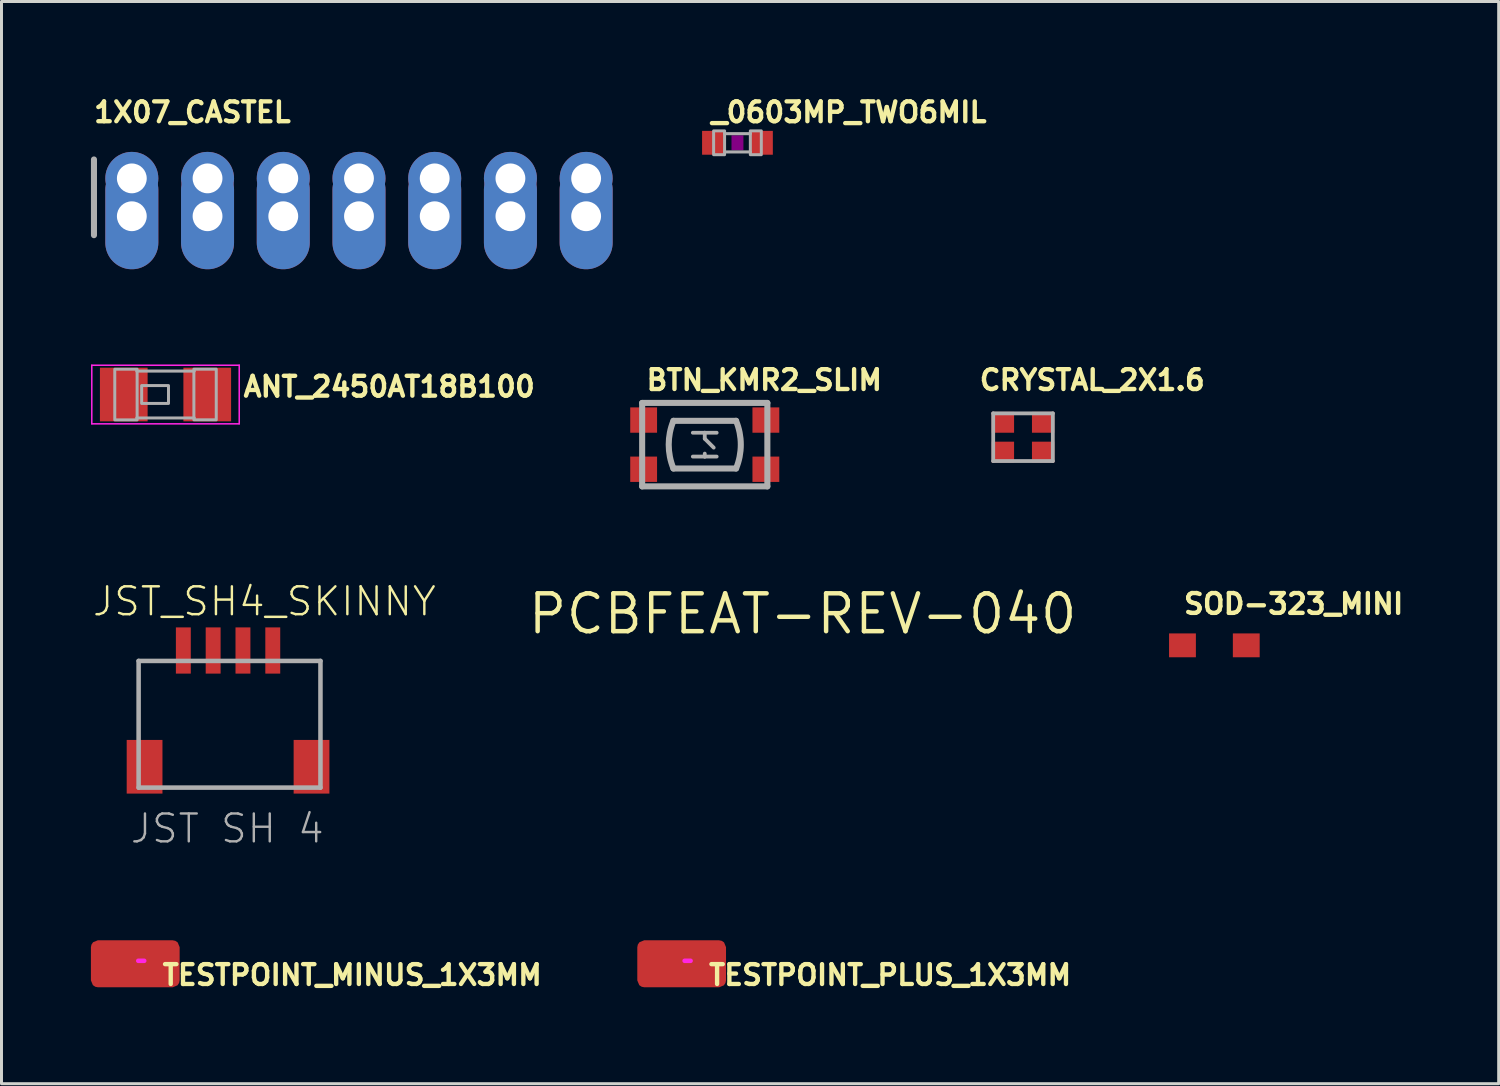
<source format=kicad_pcb>
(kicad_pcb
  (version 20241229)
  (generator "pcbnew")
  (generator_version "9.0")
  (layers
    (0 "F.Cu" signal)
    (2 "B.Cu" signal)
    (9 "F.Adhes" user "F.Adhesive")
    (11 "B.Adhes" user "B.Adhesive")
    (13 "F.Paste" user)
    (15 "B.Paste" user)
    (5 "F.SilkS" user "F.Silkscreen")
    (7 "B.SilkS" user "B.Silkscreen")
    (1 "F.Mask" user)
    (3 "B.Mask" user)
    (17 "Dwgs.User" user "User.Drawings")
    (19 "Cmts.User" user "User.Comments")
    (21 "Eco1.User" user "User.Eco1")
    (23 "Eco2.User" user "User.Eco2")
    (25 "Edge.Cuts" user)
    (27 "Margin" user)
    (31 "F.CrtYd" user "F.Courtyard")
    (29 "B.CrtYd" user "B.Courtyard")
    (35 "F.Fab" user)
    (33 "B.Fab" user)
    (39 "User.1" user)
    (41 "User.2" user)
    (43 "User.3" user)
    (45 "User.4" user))
  (footprint "CRYSTAL_2X1.6"
    (layer "F.Cu")
    (at 31.267 11.616)
    (property "Reference" "CRYSTAL_2X1.6" (at -1.532 -1.528 0) (layer "F.SilkS") (effects (font (size 0.666 0.666) (thickness 0.146)) (justify left bottom)))
    (fp_line (start -1.25 -1.05) (end 1.25 -1.05) (stroke (width 0.127) (type solid)) (layer "B.Paste"))
    (fp_line (start -1.25 1.05) (end -1.25 -1.05) (stroke (width 0.127) (type solid)) (layer "B.Paste"))
    (fp_line (start 1.25 -1.05) (end 1.25 1.05) (stroke (width 0.127) (type solid)) (layer "B.Paste"))
    (fp_line (start 1.25 1.05) (end -1.25 1.05) (stroke (width 0.127) (type solid)) (layer "B.Paste"))
    (fp_line (start -1 -0.8) (end 1 -0.8) (stroke (width 0.127) (type solid)) (layer "F.Fab"))
    (fp_line (start -1 0.8) (end -1 -0.8) (stroke (width 0.127) (type solid)) (layer "F.Fab"))
    (fp_line (start 1 -0.8) (end 1 0.8) (stroke (width 0.127) (type solid)) (layer "F.Fab"))
    (fp_line (start 1 0.8) (end -1 0.8) (stroke (width 0.127) (type solid)) (layer "F.Fab"))
    (pad "1" smd rect (at -0.675 0.5) (size 0.75 0.7) (layers "F.Cu" "F.Mask" "F.Paste"))
    (pad "2" smd rect (at 0.675 0.5) (size 0.75 0.7) (layers "F.Cu" "F.Mask" "F.Paste"))
    (pad "3" smd rect (at 0.675 -0.5) (size 0.75 0.7) (layers "F.Cu" "F.Mask" "F.Paste"))
    (pad "4" smd rect (at -0.675 -0.5) (size 0.75 0.7) (layers "F.Cu" "F.Mask" "F.Paste")))
  (footprint "TESTPOINT_MINUS_1X3MM"
    (layer "F.Cu")
    (at 1.488 29.28)
    (property "Reference" "TESTPOINT_MINUS_1X3MM" (at 0.839 0.377 0) (layer "F.SilkS") (effects (font (size 0.666 0.666) (thickness 0.146)) (justify left)))
    (fp_poly (pts (xy 1.254 -0.788) (xy 1.341 -0.771) (xy 1.422 -0.717) (xy 1.488 -0.558) (xy 1.488 0.554) (xy 1.471 0.641) (xy 1.417 0.722) (xy 1.258 0.788) (xy -1.254 0.788) (xy -1.341 0.771) (xy -1.422 0.717) (xy -1.488 0.558) (xy -1.488 -0.554) (xy -1.471 -0.641) (xy -1.417 -0.722) (xy -1.258 -0.788)) (stroke (width 0) (type default)) (fill yes) (layer "F.Cu"))
    (fp_poly (pts (xy 1.341 -0.771) (xy 1.422 -0.717) (xy 1.488 -0.558) (xy 1.488 0.554) (xy 1.471 0.641) (xy 1.417 0.722) (xy 1.258 0.788) (xy -1.254 0.788) (xy -1.341 0.771) (xy -1.422 0.717) (xy -1.488 0.558) (xy -1.488 -0.554) (xy -1.471 -0.641) (xy -1.417 -0.722) (xy -1.258 -0.788) (xy 1.254 -0.788)) (stroke (width 0) (type default)) (fill yes) (layer "F.Mask"))
    (fp_line (start 0.3 -0.1) (end 0.1 -0.1) (stroke (width 0.152) (type solid)) (layer "F.CrtYd"))
    (pad "P$1" smd roundrect (at 0.8 0.05) (size 0.5 0.5) (layers "F.Cu" "F.Mask") (roundrect_rratio 0.125)))
  (footprint "SOD-323_MINI"
    (layer "F.Cu")
    (at 37.686 18.598)
    (property "Reference" "SOD-323_MINI" (at -1.1 -1 0) (layer "F.SilkS") (effects (font (size 0.666 0.666) (thickness 0.146)) (justify left bottom)))
    (fp_line (start -1 -0.7) (end 1 -0.7) (stroke (width 0.203) (type solid)) (layer "B.Paste"))
    (fp_line (start -0.25 0) (end 0.35 -0.4) (stroke (width 0.203) (type solid)) (layer "B.Paste"))
    (fp_line (start 0.35 -0.4) (end 0.35 0.4) (stroke (width 0.203) (type solid)) (layer "B.Paste"))
    (fp_line (start 0.35 0.4) (end -0.25 0) (stroke (width 0.203) (type solid)) (layer "B.Paste"))
    (fp_line (start 1 0.7) (end -1 0.7) (stroke (width 0.203) (type solid)) (layer "B.Paste"))
    (fp_poly (pts (xy 0.302 0.39) (xy -0.283 0) (xy 0.302 -0.39)) (stroke (width 0) (type default)) (fill yes) (layer "B.Paste"))
    (fp_poly (pts (xy -0.45 0.5) (xy -0.25 0.5) (xy -0.25 -0.5) (xy -0.45 -0.5)) (stroke (width 0) (type default)) (fill yes) (layer "B.Paste"))
    (pad "A" smd rect (at 1.07 0) (size 0.9 0.8) (layers "F.Cu" "F.Mask" "F.Paste"))
    (pad "C" smd rect (at -1.07 0) (size 0.9 0.8) (layers "F.Cu" "F.Mask" "F.Paste")))
  (footprint "TESTPOINT_PLUS_1X3MM"
    (layer "F.Cu")
    (at 19.816 29.28)
    (property "Reference" "TESTPOINT_PLUS_1X3MM" (at 0.839 0.377 0) (layer "F.SilkS") (effects (font (size 0.666 0.666) (thickness 0.146)) (justify left)))
    (fp_poly (pts (xy 1.254 -0.788) (xy 1.341 -0.771) (xy 1.422 -0.717) (xy 1.488 -0.558) (xy 1.488 0.554) (xy 1.471 0.641) (xy 1.417 0.722) (xy 1.258 0.788) (xy -1.254 0.788) (xy -1.341 0.771) (xy -1.422 0.717) (xy -1.488 0.558) (xy -1.488 -0.554) (xy -1.471 -0.641) (xy -1.417 -0.722) (xy -1.258 -0.788)) (stroke (width 0) (type default)) (fill yes) (layer "F.Cu"))
    (fp_poly (pts (xy 1.341 -0.771) (xy 1.422 -0.717) (xy 1.488 -0.558) (xy 1.488 0.554) (xy 1.471 0.641) (xy 1.417 0.722) (xy 1.258 0.788) (xy -1.254 0.788) (xy -1.341 0.771) (xy -1.422 0.717) (xy -1.488 0.558) (xy -1.488 -0.554) (xy -1.471 -0.641) (xy -1.417 -0.722) (xy -1.258 -0.788) (xy 1.254 -0.788)) (stroke (width 0) (type default)) (fill yes) (layer "F.Mask"))
    (fp_line (start 0.3 -0.1) (end 0.1 -0.1) (stroke (width 0.152) (type solid)) (layer "F.CrtYd"))
    (pad "P$1" smd roundrect (at 0.8 0.05) (size 0.5 0.5) (layers "F.Cu" "F.Mask") (roundrect_rratio 0.125)))
  (footprint "PCBFEAT-REV-040"
    (layer "F.Cu")
    (at 23.875 17.543)
    (property "Reference" "PCBFEAT-REV-040" (at 0 0 0) (layer "F.SilkS") (effects (font (size 1.27 1.27) (thickness 0.15))))
    (fp_circle (center 0 0) (end 0.898 0) (stroke (width 0.305) (type solid)) (fill no) (layer "B.Paste"))
    (fp_text user "${REV}" (at -0.356 0.508 0) (layer "B.Paste") (effects (font (size 0.813 0.813) (thickness 0.203)) (justify left bottom))))
  (footprint "ANT_2450AT18B100"
    (layer "F.Cu")
    (at 2.502 10.184)
    (property "Reference" "ANT_2450AT18B100" (at 2.54 0.127 0) (layer "F.SilkS") (effects (font (size 0.666 0.666) (thickness 0.146)) (justify left bottom)))
    (fp_line (start -2.4 -1.1) (end 2.4 -1.1) (stroke (width 0.203) (type solid)) (layer "B.Paste"))
    (fp_line (start -2.4 1.1) (end -2.4 -1.1) (stroke (width 0.203) (type solid)) (layer "B.Paste"))
    (fp_line (start 2.4 -1.1) (end 2.4 1.1) (stroke (width 0.203) (type solid)) (layer "B.Paste"))
    (fp_line (start 2.4 1.1) (end -2.4 1.1) (stroke (width 0.203) (type solid)) (layer "B.Paste"))
    (fp_line (start -2.473 -0.983) (end 2.473 -0.983) (stroke (width 0.051) (type solid)) (layer "F.CrtYd"))
    (fp_line (start -2.473 0.983) (end -2.473 -0.983) (stroke (width 0.051) (type solid)) (layer "F.CrtYd"))
    (fp_line (start 2.473 -0.983) (end 2.473 0.983) (stroke (width 0.051) (type solid)) (layer "F.CrtYd"))
    (fp_line (start 2.473 0.983) (end -2.473 0.983) (stroke (width 0.051) (type solid)) (layer "F.CrtYd"))
    (fp_line (start -0.965 -0.787) (end 0.965 -0.787) (stroke (width 0.102) (type solid)) (layer "F.Fab"))
    (fp_line (start -0.965 0.787) (end 0.965 0.787) (stroke (width 0.102) (type solid)) (layer "F.Fab"))
    (fp_poly (pts (xy -1.702 0.851) (xy -0.952 0.851) (xy -0.952 -0.849) (xy -1.702 -0.849)) (stroke (width 0.1) (type default)) (fill no) (layer "F.Fab"))
    (fp_poly (pts (xy -0.8 0.3) (xy 0.1 0.3) (xy 0.1 -0.3) (xy -0.8 -0.3)) (stroke (width 0.1) (type default)) (fill no) (layer "F.Fab"))
    (fp_poly (pts (xy 0.952 0.849) (xy 1.702 0.849) (xy 1.702 -0.851) (xy 0.952 -0.851)) (stroke (width 0.1) (type default)) (fill no) (layer "F.Fab"))
    (pad "FP" smd rect (at -1.4 0) (size 1.6 1.8) (layers "F.Cu" "F.Mask" "F.Paste"))
    (pad "NC" smd rect (at 1.4 0) (size 1.6 1.8) (layers "F.Cu" "F.Mask" "F.Paste")))
  (footprint "BTN_KMR2_SLIM"
    (layer "F.Cu")
    (at 20.591 11.866)
    (property "Reference" "BTN_KMR2_SLIM" (at -2.032 -1.778 0) (layer "F.SilkS") (effects (font (size 0.666 0.666) (thickness 0.146)) (justify left bottom)))
    (fp_line (start -2.1 -1.525) (end 2.1 -1.525) (stroke (width 0.203) (type solid)) (layer "B.Paste"))
    (fp_line (start 2.1 1.525) (end -2.1 1.525) (stroke (width 0.203) (type solid)) (layer "B.Paste"))
    (fp_line (start -2.1 -1.4) (end 2.1 -1.4) (stroke (width 0.203) (type solid)) (layer "F.Fab"))
    (fp_line (start -2.1 1.4) (end -2.1 -1.4) (stroke (width 0.203) (type solid)) (layer "F.Fab"))
    (fp_line (start -1.05 -0.8) (end 1.05 -0.8) (stroke (width 0.203) (type solid)) (layer "F.Fab"))
    (fp_line (start -0.4 -0.4) (end 0 -0.4) (stroke (width 0.127) (type solid)) (layer "F.Fab"))
    (fp_line (start -0.4 0.4) (end 0 0.4) (stroke (width 0.127) (type solid)) (layer "F.Fab"))
    (fp_line (start 0 -0.4) (end 0 -0.2) (stroke (width 0.127) (type solid)) (layer "F.Fab"))
    (fp_line (start 0 -0.4) (end 0.4 -0.4) (stroke (width 0.127) (type solid)) (layer "F.Fab"))
    (fp_line (start 0 -0.2) (end 0.3 0.1) (stroke (width 0.127) (type solid)) (layer "F.Fab"))
    (fp_line (start 0 0.4) (end 0 0.3) (stroke (width 0.127) (type solid)) (layer "F.Fab"))
    (fp_line (start 0 0.4) (end 0.4 0.4) (stroke (width 0.127) (type solid)) (layer "F.Fab"))
    (fp_line (start 1.05 0.8) (end -1.05 0.8) (stroke (width 0.203) (type solid)) (layer "F.Fab"))
    (fp_line (start 2.1 -1.4) (end 2.1 1.4) (stroke (width 0.203) (type solid)) (layer "F.Fab"))
    (fp_line (start 2.1 1.4) (end -2.1 1.4) (stroke (width 0.203) (type solid)) (layer "F.Fab"))
    (fp_arc (start -1.05 0.8) (mid -1.209128 0) (end -1.05 -0.799999) (stroke (width 0.2032) (type solid)) (layer "F.Fab"))
    (fp_arc (start 1.05 -0.8) (mid 1.209128 0) (end 1.05 0.799999) (stroke (width 0.2032) (type solid)) (layer "F.Fab"))
    (pad "A" smd rect (at 2.05 -0.825) (size 0.9 0.85) (layers "F.Cu" "F.Mask" "F.Paste"))
    (pad "A'" smd rect (at -2.05 -0.825) (size 0.9 0.85) (layers "F.Cu" "F.Mask" "F.Paste"))
    (pad "B" smd rect (at 2.05 0.825) (size 0.9 0.85) (layers "F.Cu" "F.Mask" "F.Paste"))
    (pad "B'" smd rect (at -2.05 0.825) (size 0.9 0.85) (layers "F.Cu" "F.Mask" "F.Paste")))
  (footprint "_0603MP_TWO6MIL"
    (layer "F.Cu")
    (at 21.688 1.74)
    (property "Reference" "_0603MP_TWO6MIL" (at -0.953 -0.635 0) (layer "F.SilkS") (effects (font (size 0.666 0.666) (thickness 0.146)) (justify left bottom)))
    (fp_poly (pts (xy -0.2 0.25) (xy 0.2 0.25) (xy 0.2 -0.25) (xy -0.2 -0.25)) (stroke (width 0) (type default)) (fill yes) (layer "F.Adhes"))
    (fp_line (start 0 -0.254) (end 0 0.254) (stroke (width 0.203) (type solid)) (layer "B.Paste"))
    (fp_line (start -0.432 0.306) (end 0.432 0.306) (stroke (width 0.102) (type solid)) (layer "F.Fab"))
    (fp_line (start 0.432 -0.306) (end -0.432 -0.306) (stroke (width 0.102) (type solid)) (layer "F.Fab"))
    (fp_poly (pts (xy -0.8 0.4) (xy -0.432 0.4) (xy -0.432 -0.4) (xy -0.8 -0.4)) (stroke (width 0.1) (type default)) (fill no) (layer "F.Fab"))
    (fp_poly (pts (xy 0.432 0.4) (xy 0.8 0.4) (xy 0.8 -0.4) (xy 0.432 -0.4)) (stroke (width 0.1) (type default)) (fill no) (layer "F.Fab"))
    (pad "1" smd rect (at -0.787 0) (size 0.8 0.8) (layers "F.Cu" "F.Mask" "F.Paste"))
    (pad "2" smd rect (at 0.787 0) (size 0.8 0.8) (layers "F.Cu" "F.Mask" "F.Paste")))
  (footprint "1X07_CASTEL"
    (layer "F.Cu")
    (at 8.992 2.934)
    (property "Reference" "1X07_CASTEL" (at -8.966 -1.829 0) (layer "F.SilkS") (effects (font (size 0.666 0.666) (thickness 0.146)) (justify left bottom)))
    (fp_line (start -8.89 -0.635) (end -8.89 1.905) (stroke (width 0.203) (type solid)) (layer "F.Fab"))
    (fp_poly (pts (xy -7.874 0.254) (xy -7.366 0.254) (xy -7.366 -0.254) (xy -7.874 -0.254)) (stroke (width 0.1) (type default)) (fill no) (layer "F.Fab"))
    (fp_poly (pts (xy -7.874 1.524) (xy -7.366 1.524) (xy -7.366 1.016) (xy -7.874 1.016)) (stroke (width 0.1) (type default)) (fill no) (layer "F.Fab"))
    (fp_poly (pts (xy -5.334 0.254) (xy -4.826 0.254) (xy -4.826 -0.254) (xy -5.334 -0.254)) (stroke (width 0.1) (type default)) (fill no) (layer "F.Fab"))
    (fp_poly (pts (xy -5.334 1.524) (xy -4.826 1.524) (xy -4.826 1.016) (xy -5.334 1.016)) (stroke (width 0.1) (type default)) (fill no) (layer "F.Fab"))
    (fp_poly (pts (xy -2.794 0.254) (xy -2.286 0.254) (xy -2.286 -0.254) (xy -2.794 -0.254)) (stroke (width 0.1) (type default)) (fill no) (layer "F.Fab"))
    (fp_poly (pts (xy -2.794 1.524) (xy -2.286 1.524) (xy -2.286 1.016) (xy -2.794 1.016)) (stroke (width 0.1) (type default)) (fill no) (layer "F.Fab"))
    (fp_poly (pts (xy -0.254 0.254) (xy 0.254 0.254) (xy 0.254 -0.254) (xy -0.254 -0.254)) (stroke (width 0.1) (type default)) (fill no) (layer "F.Fab"))
    (fp_poly (pts (xy -0.254 1.524) (xy 0.254 1.524) (xy 0.254 1.016) (xy -0.254 1.016)) (stroke (width 0.1) (type default)) (fill no) (layer "F.Fab"))
    (fp_poly (pts (xy 2.286 0.254) (xy 2.794 0.254) (xy 2.794 -0.254) (xy 2.286 -0.254)) (stroke (width 0.1) (type default)) (fill no) (layer "F.Fab"))
    (fp_poly (pts (xy 2.286 1.524) (xy 2.794 1.524) (xy 2.794 1.016) (xy 2.286 1.016)) (stroke (width 0.1) (type default)) (fill no) (layer "F.Fab"))
    (fp_poly (pts (xy 4.826 0.254) (xy 5.334 0.254) (xy 5.334 -0.254) (xy 4.826 -0.254)) (stroke (width 0.1) (type default)) (fill no) (layer "F.Fab"))
    (fp_poly (pts (xy 4.826 1.524) (xy 5.334 1.524) (xy 5.334 1.016) (xy 4.826 1.016)) (stroke (width 0.1) (type default)) (fill no) (layer "F.Fab"))
    (fp_poly (pts (xy 7.366 0.254) (xy 7.874 0.254) (xy 7.874 -0.254) (xy 7.366 -0.254)) (stroke (width 0.1) (type default)) (fill no) (layer "F.Fab"))
    (fp_poly (pts (xy 7.366 1.524) (xy 7.874 1.524) (xy 7.874 1.016) (xy 7.366 1.016)) (stroke (width 0.1) (type default)) (fill no) (layer "F.Fab"))
    (pad "1" thru_hole circle (at -7.62 0 90) (size 1.778 1.778) (drill 1) (layers "*.Cu" "*.Mask"))
    (pad "1C" thru_hole oval (at -7.62 1.27 90) (size 3.556 1.778) (drill 1) (layers "*.Cu" "*.Mask"))
    (pad "2" thru_hole circle (at -5.08 0 90) (size 1.778 1.778) (drill 1) (layers "*.Cu" "*.Mask"))
    (pad "2C" thru_hole oval (at -5.08 1.27 90) (size 3.556 1.778) (drill 1) (layers "*.Cu" "*.Mask"))
    (pad "3" thru_hole circle (at -2.54 0 90) (size 1.778 1.778) (drill 1) (layers "*.Cu" "*.Mask"))
    (pad "3C" thru_hole oval (at -2.54 1.27 90) (size 3.556 1.778) (drill 1) (layers "*.Cu" "*.Mask"))
    (pad "4" thru_hole circle (at 0 0 90) (size 1.778 1.778) (drill 1) (layers "*.Cu" "*.Mask"))
    (pad "4C" thru_hole oval (at 0 1.27 90) (size 3.556 1.778) (drill 1) (layers "*.Cu" "*.Mask"))
    (pad "5" thru_hole circle (at 2.54 0 90) (size 1.778 1.778) (drill 1) (layers "*.Cu" "*.Mask"))
    (pad "5C" thru_hole oval (at 2.54 1.27 90) (size 3.556 1.778) (drill 1) (layers "*.Cu" "*.Mask"))
    (pad "6" thru_hole circle (at 5.08 0 90) (size 1.778 1.778) (drill 1) (layers "*.Cu" "*.Mask"))
    (pad "6C" thru_hole oval (at 5.08 1.27 90) (size 3.556 1.778) (drill 1) (layers "*.Cu" "*.Mask"))
    (pad "7" thru_hole circle (at 7.62 0 90) (size 1.778 1.778) (drill 1) (layers "*.Cu" "*.Mask"))
    (pad "7C" thru_hole oval (at 7.62 1.27 90) (size 3.556 1.778) (drill 1) (layers "*.Cu" "*.Mask")))
  (footprint "JST_SH4_SKINNY"
    (layer "F.Cu")
    (at 4.6 21.285)
    (property "Reference" "JST_SH4_SKINNY" (at -4.6 -3.614 0) (layer "F.SilkS") (effects (font (size 0.935 0.935) (thickness 0.081)) (justify left bottom)))
    (fp_line (start -3 -2.214) (end -1.9 -2.214) (stroke (width 0.152) (type solid)) (layer "B.Paste"))
    (fp_line (start -3 0.386) (end -3 -2.214) (stroke (width 0.152) (type solid)) (layer "B.Paste"))
    (fp_line (start -2.1 2.086) (end 2.1 2.086) (stroke (width 0.152) (type solid)) (layer "B.Paste"))
    (fp_line (start 1.9 -2.214) (end 3.1 -2.214) (stroke (width 0.152) (type solid)) (layer "B.Paste"))
    (fp_line (start 3.1 -2.214) (end 3.1 0.386) (stroke (width 0.152) (type solid)) (layer "B.Paste"))
    (fp_line (start -3 -2.164) (end 3.1 -2.164) (stroke (width 0.152) (type solid)) (layer "F.Fab"))
    (fp_line (start -3 2.086) (end -3 -2.164) (stroke (width 0.152) (type solid)) (layer "F.Fab"))
    (fp_line (start 3.1 -2.164) (end 3.1 2.086) (stroke (width 0.152) (type solid)) (layer "F.Fab"))
    (fp_line (start 3.1 2.086) (end -3 2.086) (stroke (width 0.152) (type solid)) (layer "F.Fab"))
    (fp_text user "JST SH 4" (at -3.33 4.006 0) (layer "F.Fab") (effects (font (size 0.935 0.935) (thickness 0.081)) (justify left bottom)))
    (pad "1" smd rect (at -1.5 -2.514 90) (size 1.55 0.5) (layers "F.Cu" "F.Mask" "F.Paste"))
    (pad "2" smd rect (at -0.5 -2.514 90) (size 1.55 0.5) (layers "F.Cu" "F.Mask" "F.Paste"))
    (pad "3" smd rect (at 0.5 -2.514 90) (size 1.55 0.5) (layers "F.Cu" "F.Mask" "F.Paste"))
    (pad "4" smd rect (at 1.5 -2.514 90) (size 1.55 0.5) (layers "F.Cu" "F.Mask" "F.Paste"))
    (pad "MT1" smd rect (at -2.8 1.386 90) (size 1.8 1.2) (layers "F.Cu" "F.Mask" "F.Paste"))
    (pad "MT2" smd rect (at 2.8 1.386 90) (size 1.8 1.2) (layers "F.Cu" "F.Mask" "F.Paste")))
  (gr_rect
    (start -3 -3)
    (end 47.223 33.303)
    (stroke (width 0.1) (type default))
    (fill no)
    (layer "Edge.Cuts")))
</source>
